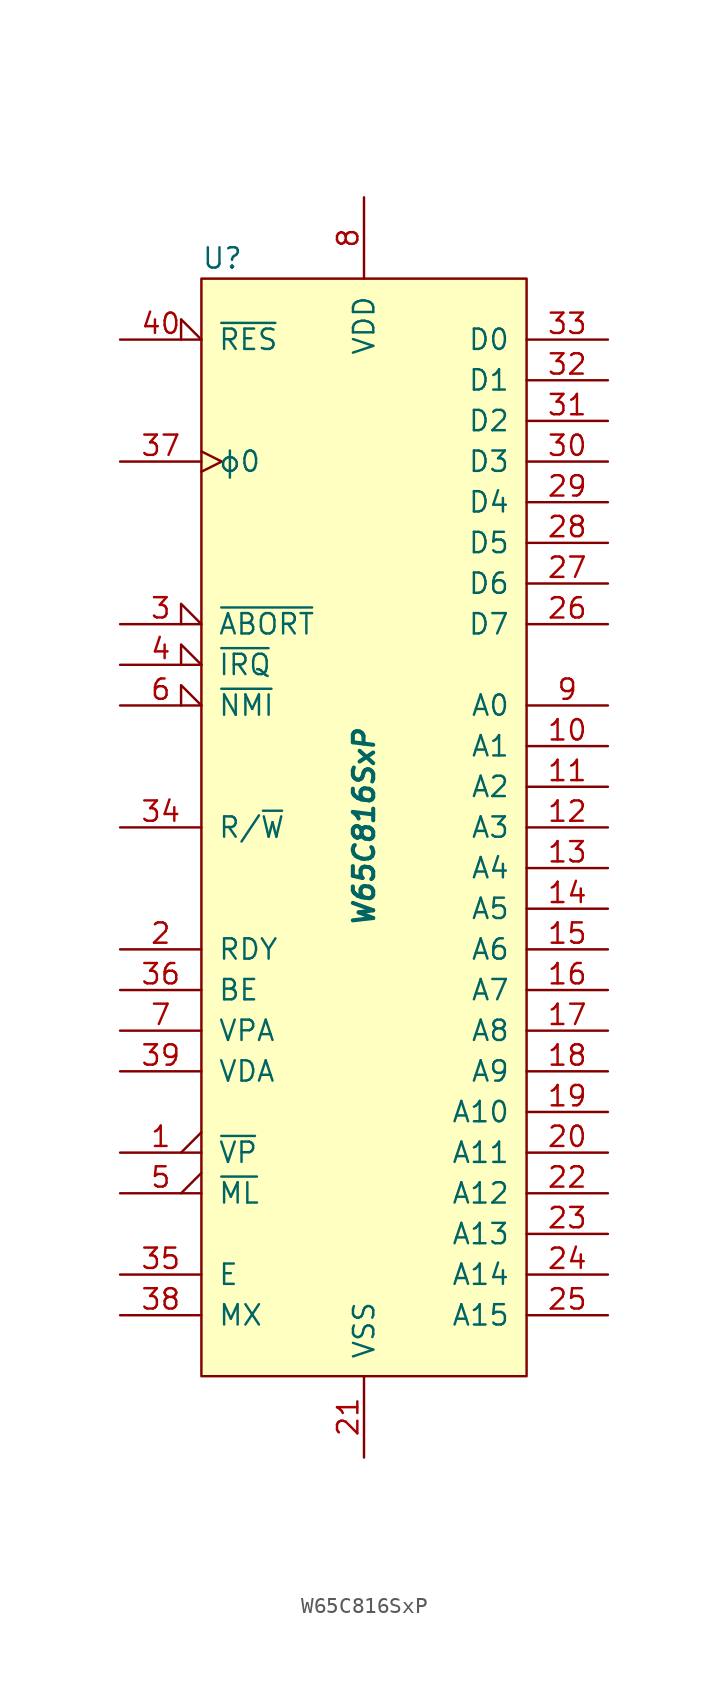
<source format=kicad_sym>
(kicad_symbol_lib
  (version 20211014)
  (generator kicad_symbol_editor)
  (symbol "W65C816SxP"
    (pin_names
      (offset 1.016))
    (property "Reference" "U"
      (at -10.16 35.56 0)
      (effects (font (size 1.27 1.27)) (justify left)))
    (property "Value" "W65C816SxP"
      (at 0 0 90)
      (effects (font (size 1.27 1.27) bold italic)))
    (symbol "W65C816SxP_0_1"
      (rectangle (start -10.16 34.29) (end 10.16 -34.29) (stroke (width 0) (type default) (color 0 0 0 0)) (fill (type background))))
    (symbol "W65C816SxP_1_1"
      (pin output output_low (at -15.24 -20.32 0) (length 5.08) (name "~{VP}" (effects (font (size 1.27 1.27)))) (number "1" (effects (font (size 1.27 1.27)))))
      (pin tri_state line (at 15.24 5.08 180) (length 5.08) (name "A1" (effects (font (size 1.27 1.27)))) (number "10" (effects (font (size 1.27 1.27)))))
      (pin tri_state line (at 15.24 2.54 180) (length 5.08) (name "A2" (effects (font (size 1.27 1.27)))) (number "11" (effects (font (size 1.27 1.27)))))
      (pin tri_state line (at 15.24 0 180) (length 5.08) (name "A3" (effects (font (size 1.27 1.27)))) (number "12" (effects (font (size 1.27 1.27)))))
      (pin tri_state line (at 15.24 -2.54 180) (length 5.08) (name "A4" (effects (font (size 1.27 1.27)))) (number "13" (effects (font (size 1.27 1.27)))))
      (pin tri_state line (at 15.24 -5.08 180) (length 5.08) (name "A5" (effects (font (size 1.27 1.27)))) (number "14" (effects (font (size 1.27 1.27)))))
      (pin tri_state line (at 15.24 -7.62 180) (length 5.08) (name "A6" (effects (font (size 1.27 1.27)))) (number "15" (effects (font (size 1.27 1.27)))))
      (pin tri_state line (at 15.24 -10.16 180) (length 5.08) (name "A7" (effects (font (size 1.27 1.27)))) (number "16" (effects (font (size 1.27 1.27)))))
      (pin tri_state line (at 15.24 -12.7 180) (length 5.08) (name "A8" (effects (font (size 1.27 1.27)))) (number "17" (effects (font (size 1.27 1.27)))))
      (pin tri_state line (at 15.24 -15.24 180) (length 5.08) (name "A9" (effects (font (size 1.27 1.27)))) (number "18" (effects (font (size 1.27 1.27)))))
      (pin tri_state line (at 15.24 -17.78 180) (length 5.08) (name "A10" (effects (font (size 1.27 1.27)))) (number "19" (effects (font (size 1.27 1.27)))))
      (pin open_collector line (at -15.24 -7.62 0) (length 5.08) (name "RDY" (effects (font (size 1.27 1.27)))) (number "2" (effects (font (size 1.27 1.27)))))
      (pin tri_state line (at 15.24 -20.32 180) (length 5.08) (name "A11" (effects (font (size 1.27 1.27)))) (number "20" (effects (font (size 1.27 1.27)))))
      (pin power_in line (at 0 -39.37 90) (length 5.08) (name "VSS" (effects (font (size 1.27 1.27)))) (number "21" (effects (font (size 1.27 1.27)))))
      (pin tri_state line (at 15.24 -22.86 180) (length 5.08) (name "A12" (effects (font (size 1.27 1.27)))) (number "22" (effects (font (size 1.27 1.27)))))
      (pin tri_state line (at 15.24 -25.4 180) (length 5.08) (name "A13" (effects (font (size 1.27 1.27)))) (number "23" (effects (font (size 1.27 1.27)))))
      (pin tri_state line (at 15.24 -27.94 180) (length 5.08) (name "A14" (effects (font (size 1.27 1.27)))) (number "24" (effects (font (size 1.27 1.27)))))
      (pin tri_state line (at 15.24 -30.48 180) (length 5.08) (name "A15" (effects (font (size 1.27 1.27)))) (number "25" (effects (font (size 1.27 1.27)))))
      (pin bidirectional line (at 15.24 12.7 180) (length 5.08) (name "D7" (effects (font (size 1.27 1.27)))) (number "26" (effects (font (size 1.27 1.27)))))
      (pin bidirectional line (at 15.24 15.24 180) (length 5.08) (name "D6" (effects (font (size 1.27 1.27)))) (number "27" (effects (font (size 1.27 1.27)))))
      (pin bidirectional line (at 15.24 17.78 180) (length 5.08) (name "D5" (effects (font (size 1.27 1.27)))) (number "28" (effects (font (size 1.27 1.27)))))
      (pin bidirectional line (at 15.24 20.32 180) (length 5.08) (name "D4" (effects (font (size 1.27 1.27)))) (number "29" (effects (font (size 1.27 1.27)))))
      (pin input input_low (at -15.24 12.7 0) (length 5.08) (name "~{ABORT}" (effects (font (size 1.27 1.27)))) (number "3" (effects (font (size 1.27 1.27)))))
      (pin bidirectional line (at 15.24 22.86 180) (length 5.08) (name "D3" (effects (font (size 1.27 1.27)))) (number "30" (effects (font (size 1.27 1.27)))))
      (pin bidirectional line (at 15.24 25.4 180) (length 5.08) (name "D2" (effects (font (size 1.27 1.27)))) (number "31" (effects (font (size 1.27 1.27)))))
      (pin bidirectional line (at 15.24 27.94 180) (length 5.08) (name "D1" (effects (font (size 1.27 1.27)))) (number "32" (effects (font (size 1.27 1.27)))))
      (pin bidirectional line (at 15.24 30.48 180) (length 5.08) (name "D0" (effects (font (size 1.27 1.27)))) (number "33" (effects (font (size 1.27 1.27)))))
      (pin tri_state line (at -15.24 0 0) (length 5.08) (name "R/~{W}" (effects (font (size 1.27 1.27)))) (number "34" (effects (font (size 1.27 1.27)))))
      (pin output line (at -15.24 -27.94 0) (length 5.08) (name "E" (effects (font (size 1.27 1.27)))) (number "35" (effects (font (size 1.27 1.27)))))
      (pin input line (at -15.24 -10.16 0) (length 5.08) (name "BE" (effects (font (size 1.27 1.27)))) (number "36" (effects (font (size 1.27 1.27)))))
      (pin input clock (at -15.24 22.86 0) (length 5.08) (name "ϕ0" (effects (font (size 1.27 1.27)))) (number "37" (effects (font (size 1.27 1.27)))))
      (pin output line (at -15.24 -30.48 0) (length 5.08) (name "MX" (effects (font (size 1.27 1.27)))) (number "38" (effects (font (size 1.27 1.27)))))
      (pin output line (at -15.24 -15.24 0) (length 5.08) (name "VDA" (effects (font (size 1.27 1.27)))) (number "39" (effects (font (size 1.27 1.27)))))
      (pin input input_low (at -15.24 10.16 0) (length 5.08) (name "~{IRQ}" (effects (font (size 1.27 1.27)))) (number "4" (effects (font (size 1.27 1.27)))))
      (pin input input_low (at -15.24 30.48 0) (length 5.08) (name "~{RES}" (effects (font (size 1.27 1.27)))) (number "40" (effects (font (size 1.27 1.27)))))
      (pin output output_low (at -15.24 -22.86 0) (length 5.08) (name "~{ML}" (effects (font (size 1.27 1.27)))) (number "5" (effects (font (size 1.27 1.27)))))
      (pin input input_low (at -15.24 7.62 0) (length 5.08) (name "~{NMI}" (effects (font (size 1.27 1.27)))) (number "6" (effects (font (size 1.27 1.27)))))
      (pin output line (at -15.24 -12.7 0) (length 5.08) (name "VPA" (effects (font (size 1.27 1.27)))) (number "7" (effects (font (size 1.27 1.27)))))
      (pin power_in line (at 0 39.37 270) (length 5.08) (name "VDD" (effects (font (size 1.27 1.27)))) (number "8" (effects (font (size 1.27 1.27)))))
      (pin tri_state line (at 15.24 7.62 180) (length 5.08) (name "A0" (effects (font (size 1.27 1.27)))) (number "9" (effects (font (size 1.27 1.27))))))))
</source>
